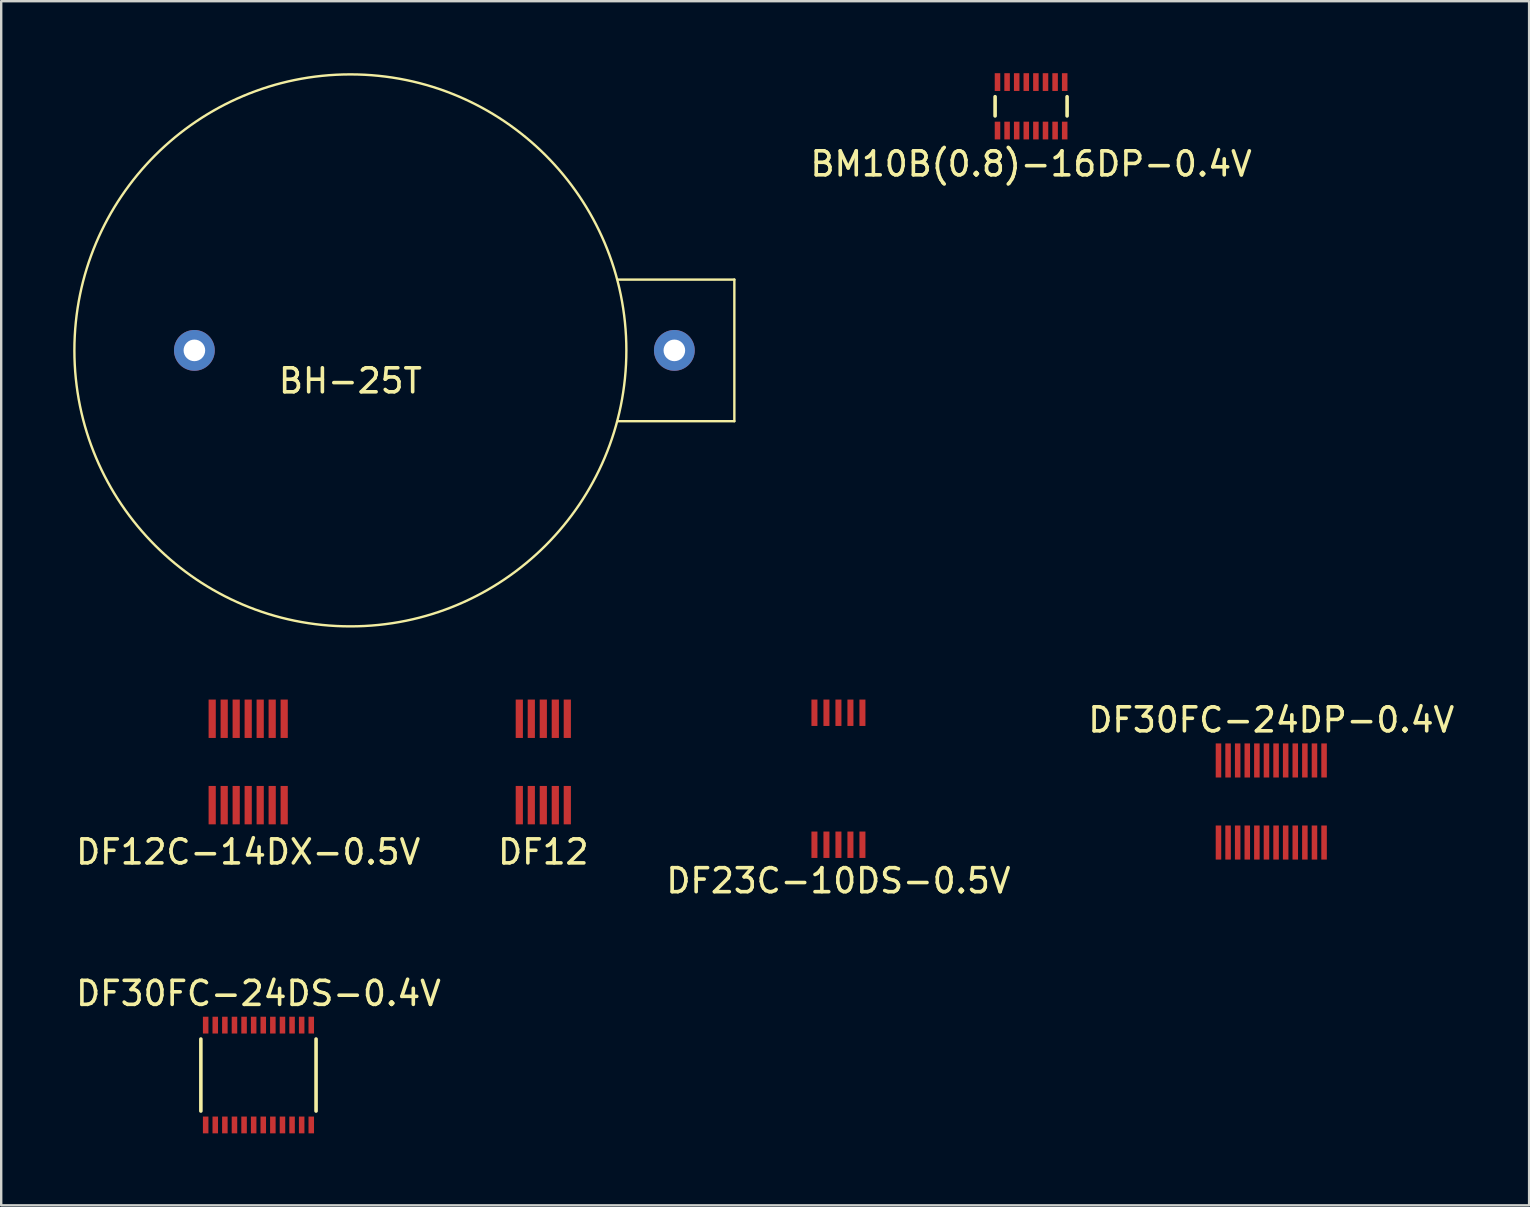
<source format=kicad_pcb>
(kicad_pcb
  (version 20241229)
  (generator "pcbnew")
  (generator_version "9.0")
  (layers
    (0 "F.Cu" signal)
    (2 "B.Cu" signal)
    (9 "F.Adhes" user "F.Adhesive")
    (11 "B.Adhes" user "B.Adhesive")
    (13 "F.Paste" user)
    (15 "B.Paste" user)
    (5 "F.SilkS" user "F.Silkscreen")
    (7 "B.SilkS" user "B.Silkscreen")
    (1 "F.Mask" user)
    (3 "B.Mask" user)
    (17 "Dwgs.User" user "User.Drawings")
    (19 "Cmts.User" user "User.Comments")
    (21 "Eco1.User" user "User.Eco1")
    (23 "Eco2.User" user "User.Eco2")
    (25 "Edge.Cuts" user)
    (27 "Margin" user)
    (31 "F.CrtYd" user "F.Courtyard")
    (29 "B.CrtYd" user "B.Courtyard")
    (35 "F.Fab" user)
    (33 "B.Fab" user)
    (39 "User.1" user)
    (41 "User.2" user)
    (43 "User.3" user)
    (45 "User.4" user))
  (footprint "DF12"
    (layer "F.Cu")
    (at 19.589 28.7)
    (property "Reference" "DF12" (at 0 3.75 0) (layer "F.SilkS") (effects (font (size 1 1) (thickness 0.15))))
    (attr through_hole)
    (pad "1" smd rect (at -1 1.8) (size 0.3 1.6) (layers "F.Cu" "F.Mask" "F.Paste"))
    (pad "2" smd rect (at -0.5 1.8) (size 0.3 1.6) (layers "F.Cu" "F.Mask" "F.Paste"))
    (pad "3" smd rect (at 0 1.8) (size 0.3 1.6) (layers "F.Cu" "F.Mask" "F.Paste"))
    (pad "4" smd rect (at 0.5 1.8) (size 0.3 1.6) (layers "F.Cu" "F.Mask" "F.Paste"))
    (pad "5" smd rect (at 1 1.8) (size 0.3 1.6) (layers "F.Cu" "F.Mask" "F.Paste"))
    (pad "6" smd rect (at 1 -1.8) (size 0.3 1.6) (layers "F.Cu" "F.Mask" "F.Paste"))
    (pad "7" smd rect (at 0.5 -1.8) (size 0.3 1.6) (layers "F.Cu" "F.Mask" "F.Paste"))
    (pad "8" smd rect (at 0 -1.8) (size 0.3 1.6) (layers "F.Cu" "F.Mask" "F.Paste"))
    (pad "9" smd rect (at -0.5 -1.8) (size 0.3 1.6) (layers "F.Cu" "F.Mask" "F.Paste"))
    (pad "10" smd rect (at -1 -1.8) (size 0.3 1.6) (layers "F.Cu" "F.Mask" "F.Paste")))
  (footprint "DF12C-14DX-0.5V"
    (layer "F.Cu")
    (at 7.292 28.7)
    (property "Reference" "DF12C-14DX-0.5V" (at 0 3.75 0) (layer "F.SilkS") (effects (font (size 1 1) (thickness 0.15))))
    (attr through_hole)
    (pad "1" smd rect (at -1.5 1.8) (size 0.3 1.6) (layers "F.Cu" "F.Mask" "F.Paste"))
    (pad "2" smd rect (at -1 1.8) (size 0.3 1.6) (layers "F.Cu" "F.Mask" "F.Paste"))
    (pad "3" smd rect (at -0.5 1.8) (size 0.3 1.6) (layers "F.Cu" "F.Mask" "F.Paste"))
    (pad "4" smd rect (at 0 1.8) (size 0.3 1.6) (layers "F.Cu" "F.Mask" "F.Paste"))
    (pad "5" smd rect (at 0.5 1.8) (size 0.3 1.6) (layers "F.Cu" "F.Mask" "F.Paste"))
    (pad "6" smd rect (at 1 1.8) (size 0.3 1.6) (layers "F.Cu" "F.Mask" "F.Paste"))
    (pad "7" smd rect (at 1.5 1.8) (size 0.3 1.6) (layers "F.Cu" "F.Mask" "F.Paste"))
    (pad "8" smd rect (at 1.5 -1.8) (size 0.3 1.6) (layers "F.Cu" "F.Mask" "F.Paste"))
    (pad "9" smd rect (at 1 -1.8) (size 0.3 1.6) (layers "F.Cu" "F.Mask" "F.Paste"))
    (pad "10" smd rect (at 0.5 -1.8) (size 0.3 1.6) (layers "F.Cu" "F.Mask" "F.Paste"))
    (pad "11" smd rect (at 0 -1.8) (size 0.3 1.6) (layers "F.Cu" "F.Mask" "F.Paste"))
    (pad "12" smd rect (at -0.5 -1.8) (size 0.3 1.6) (layers "F.Cu" "F.Mask" "F.Paste"))
    (pad "13" smd rect (at -1 -1.8) (size 0.3 1.6) (layers "F.Cu" "F.Mask" "F.Paste"))
    (pad "14" smd rect (at -1.5 -1.8) (size 0.3 1.6) (layers "F.Cu" "F.Mask" "F.Paste")))
  (footprint "BM10B(0.8)-16DP-0.4V"
    (layer "F.Cu")
    (at 39.915 1.38)
    (property "Reference" "BM10B(0.8)-16DP-0.4V" (at 0 2.4 0) (layer "F.SilkS") (effects (font (size 1 1) (thickness 0.15))))
    (attr through_hole)
    (fp_line (start -1.5 -0.4) (end -1.5 0.4) (stroke (width 0.15) (type solid)) (layer "F.SilkS"))
    (fp_line (start 1.5 -0.4) (end 1.5 0.4) (stroke (width 0.15) (type solid)) (layer "F.SilkS"))
    (pad "1" smd rect (at -1.4 1.01) (size 0.23 0.74) (layers "F.Cu" "F.Mask" "F.Paste"))
    (pad "2" smd rect (at -1.4 -1.01) (size 0.23 0.74) (layers "F.Cu" "F.Mask" "F.Paste"))
    (pad "3" smd rect (at -1 1.01) (size 0.23 0.74) (layers "F.Cu" "F.Mask" "F.Paste"))
    (pad "4" smd rect (at -1 -1.01) (size 0.23 0.74) (layers "F.Cu" "F.Mask" "F.Paste"))
    (pad "5" smd rect (at -0.6 1.01) (size 0.23 0.74) (layers "F.Cu" "F.Mask" "F.Paste"))
    (pad "6" smd rect (at -0.6 -1.01) (size 0.23 0.74) (layers "F.Cu" "F.Mask" "F.Paste"))
    (pad "7" smd rect (at -0.2 1.01) (size 0.23 0.74) (layers "F.Cu" "F.Mask" "F.Paste"))
    (pad "8" smd rect (at -0.2 -1.01) (size 0.23 0.74) (layers "F.Cu" "F.Mask" "F.Paste"))
    (pad "9" smd rect (at 0.2 1.01) (size 0.23 0.74) (layers "F.Cu" "F.Mask" "F.Paste"))
    (pad "10" smd rect (at 0.2 -1.01) (size 0.23 0.74) (layers "F.Cu" "F.Mask" "F.Paste"))
    (pad "11" smd rect (at 0.6 1.01) (size 0.23 0.74) (layers "F.Cu" "F.Mask" "F.Paste"))
    (pad "12" smd rect (at 0.6 -1.01) (size 0.23 0.74) (layers "F.Cu" "F.Mask" "F.Paste"))
    (pad "13" smd rect (at 1 1.01) (size 0.23 0.74) (layers "F.Cu" "F.Mask" "F.Paste"))
    (pad "14" smd rect (at 1 -1.01) (size 0.23 0.74) (layers "F.Cu" "F.Mask" "F.Paste"))
    (pad "15" smd rect (at 1.4 1.01) (size 0.23 0.74) (layers "F.Cu" "F.Mask" "F.Paste"))
    (pad "16" smd rect (at 1.4 -1.01) (size 0.23 0.74) (layers "F.Cu" "F.Mask" "F.Paste")))
  (footprint "DF30FC-24DP-0.4V"
    (layer "F.Cu")
    (at 49.923 30.348)
    (property "Reference" "DF30FC-24DP-0.4V" (at 0 -3.4 0) (layer "F.SilkS") (effects (font (size 1 1) (thickness 0.15))))
    (attr through_hole)
    (pad "1" smd rect (at -2.2 1.71) (size 0.23 1.42) (layers "F.Cu" "F.Mask" "F.Paste"))
    (pad "2" smd rect (at -1.8 1.71) (size 0.23 1.42) (layers "F.Cu" "F.Mask" "F.Paste"))
    (pad "3" smd rect (at -1.4 1.71) (size 0.23 1.42) (layers "F.Cu" "F.Mask" "F.Paste"))
    (pad "4" smd rect (at -1 1.71) (size 0.23 1.42) (layers "F.Cu" "F.Mask" "F.Paste"))
    (pad "5" smd rect (at -0.6 1.71) (size 0.23 1.42) (layers "F.Cu" "F.Mask" "F.Paste"))
    (pad "6" smd rect (at -0.2 1.71) (size 0.23 1.42) (layers "F.Cu" "F.Mask" "F.Paste"))
    (pad "7" smd rect (at 0.2 1.71) (size 0.23 1.42) (layers "F.Cu" "F.Mask" "F.Paste"))
    (pad "8" smd rect (at 0.6 1.71) (size 0.23 1.42) (layers "F.Cu" "F.Mask" "F.Paste"))
    (pad "9" smd rect (at 1 1.71) (size 0.23 1.42) (layers "F.Cu" "F.Mask" "F.Paste"))
    (pad "10" smd rect (at 1.4 1.71) (size 0.23 1.42) (layers "F.Cu" "F.Mask" "F.Paste"))
    (pad "11" smd rect (at 1.8 1.71) (size 0.23 1.42) (layers "F.Cu" "F.Mask" "F.Paste"))
    (pad "12" smd rect (at 2.2 1.71) (size 0.23 1.42) (layers "F.Cu" "F.Mask" "F.Paste"))
    (pad "13" smd rect (at 2.2 -1.71) (size 0.23 1.42) (layers "F.Cu" "F.Mask" "F.Paste"))
    (pad "14" smd rect (at 1.8 -1.71) (size 0.23 1.42) (layers "F.Cu" "F.Mask" "F.Paste"))
    (pad "15" smd rect (at 1.4 -1.71) (size 0.23 1.42) (layers "F.Cu" "F.Mask" "F.Paste"))
    (pad "16" smd rect (at 1 -1.71) (size 0.23 1.42) (layers "F.Cu" "F.Mask" "F.Paste"))
    (pad "17" smd rect (at 0.6 -1.71) (size 0.23 1.42) (layers "F.Cu" "F.Mask" "F.Paste"))
    (pad "18" smd rect (at 0.2 -1.71) (size 0.23 1.42) (layers "F.Cu" "F.Mask" "F.Paste"))
    (pad "19" smd rect (at -0.2 -1.71) (size 0.23 1.42) (layers "F.Cu" "F.Mask" "F.Paste"))
    (pad "20" smd rect (at -0.6 -1.71) (size 0.23 1.42) (layers "F.Cu" "F.Mask" "F.Paste"))
    (pad "21" smd rect (at -1 -1.71) (size 0.23 1.42) (layers "F.Cu" "F.Mask" "F.Paste"))
    (pad "22" smd rect (at -1.4 -1.71) (size 0.23 1.42) (layers "F.Cu" "F.Mask" "F.Paste"))
    (pad "23" smd rect (at -1.8 -1.71) (size 0.23 1.42) (layers "F.Cu" "F.Mask" "F.Paste"))
    (pad "24" smd rect (at -2.2 -1.71) (size 0.23 1.42) (layers "F.Cu" "F.Mask" "F.Paste")))
  (footprint "BH-25T"
    (layer "F.Cu")
    (at 11.55 11.55)
    (property "Reference" "BH-25T" (at 0 1.27 0) (layer "F.SilkS") (effects (font (size 1 1) (thickness 0.15))))
    (attr through_hole)
    (fp_line (start 11.15 -2.95) (end 16 -2.95) (stroke (width 0.1) (type solid)) (layer "F.SilkS"))
    (fp_line (start 16 -2.95) (end 16 2.95) (stroke (width 0.1) (type solid)) (layer "F.SilkS"))
    (fp_line (start 16 2.95) (end 11.15 2.95) (stroke (width 0.1) (type solid)) (layer "F.SilkS"))
    (fp_circle (center 0 0) (end 11.5 0) (stroke (width 0.1) (type solid)) (fill no) (layer "F.SilkS"))
    (pad "1" thru_hole circle (at 13.5 0) (size 1.7 1.7) (drill 0.9) (layers "*.Cu" "*.Mask"))
    (pad "2" thru_hole circle (at -6.5 0) (size 1.7 1.7) (drill 0.9) (layers "*.Cu" "*.Mask")))
  (footprint "DF23C-10DS-0.5V"
    (layer "F.Cu")
    (at 31.887 29.4)
    (property "Reference" "DF23C-10DS-0.5V" (at 0 4.25 0) (layer "F.SilkS") (effects (font (size 1 1) (thickness 0.15))))
    (attr through_hole)
    (pad "1" smd rect (at -1 2.75) (size 0.25 1.1) (layers "F.Cu" "F.Mask" "F.Paste"))
    (pad "2" smd rect (at -0.5 2.75) (size 0.25 1.1) (layers "F.Cu" "F.Mask" "F.Paste"))
    (pad "3" smd rect (at 0 2.75) (size 0.25 1.1) (layers "F.Cu" "F.Mask" "F.Paste"))
    (pad "4" smd rect (at 0.5 2.75) (size 0.25 1.1) (layers "F.Cu" "F.Mask" "F.Paste"))
    (pad "5" smd rect (at 1 2.75) (size 0.25 1.1) (layers "F.Cu" "F.Mask" "F.Paste"))
    (pad "6" smd rect (at 1 -2.75) (size 0.25 1.1) (layers "F.Cu" "F.Mask" "F.Paste"))
    (pad "7" smd rect (at 0.5 -2.75) (size 0.25 1.1) (layers "F.Cu" "F.Mask" "F.Paste"))
    (pad "8" smd rect (at 0 -2.75) (size 0.25 1.1) (layers "F.Cu" "F.Mask" "F.Paste"))
    (pad "9" smd rect (at -0.5 -2.75) (size 0.25 1.1) (layers "F.Cu" "F.Mask" "F.Paste"))
    (pad "10" smd rect (at -1 -2.75) (size 0.25 1.1) (layers "F.Cu" "F.Mask" "F.Paste")))
  (footprint "DF30FC-24DS-0.4V"
    (layer "F.Cu")
    (at 7.72 41.746)
    (property "Reference" "DF30FC-24DS-0.4V" (at 0 -3.4 0) (layer "F.SilkS") (effects (font (size 1 1) (thickness 0.15))))
    (attr through_hole)
    (fp_line (start -2.4 -1.5) (end -2.4 1.5) (stroke (width 0.15) (type solid)) (layer "F.SilkS"))
    (fp_line (start 2.4 -1.5) (end 2.4 1.5) (stroke (width 0.15) (type solid)) (layer "F.SilkS"))
    (pad "1" smd rect (at -2.2 2.08) (size 0.23 0.7) (layers "F.Cu" "F.Mask" "F.Paste"))
    (pad "2" smd rect (at -2.2 -2.08) (size 0.23 0.7) (layers "F.Cu" "F.Mask" "F.Paste"))
    (pad "3" smd rect (at -1.8 2.08) (size 0.23 0.7) (layers "F.Cu" "F.Mask" "F.Paste"))
    (pad "4" smd rect (at -1.8 -2.08) (size 0.23 0.7) (layers "F.Cu" "F.Mask" "F.Paste"))
    (pad "5" smd rect (at -1.4 2.08) (size 0.23 0.7) (layers "F.Cu" "F.Mask" "F.Paste"))
    (pad "6" smd rect (at -1.4 -2.08) (size 0.23 0.7) (layers "F.Cu" "F.Mask" "F.Paste"))
    (pad "7" smd rect (at -1 2.08) (size 0.23 0.7) (layers "F.Cu" "F.Mask" "F.Paste"))
    (pad "8" smd rect (at -1 -2.08) (size 0.23 0.7) (layers "F.Cu" "F.Mask" "F.Paste"))
    (pad "9" smd rect (at -0.6 2.08) (size 0.23 0.7) (layers "F.Cu" "F.Mask" "F.Paste"))
    (pad "10" smd rect (at -0.6 -2.08) (size 0.23 0.7) (layers "F.Cu" "F.Mask" "F.Paste"))
    (pad "11" smd rect (at -0.2 2.08) (size 0.23 0.7) (layers "F.Cu" "F.Mask" "F.Paste"))
    (pad "12" smd rect (at -0.2 -2.08) (size 0.23 0.7) (layers "F.Cu" "F.Mask" "F.Paste"))
    (pad "13" smd rect (at 0.2 2.08) (size 0.23 0.7) (layers "F.Cu" "F.Mask" "F.Paste"))
    (pad "14" smd rect (at 0.2 -2.08) (size 0.23 0.7) (layers "F.Cu" "F.Mask" "F.Paste"))
    (pad "15" smd rect (at 0.6 2.08) (size 0.23 0.7) (layers "F.Cu" "F.Mask" "F.Paste"))
    (pad "16" smd rect (at 0.6 -2.08) (size 0.23 0.7) (layers "F.Cu" "F.Mask" "F.Paste"))
    (pad "17" smd rect (at 1 2.08) (size 0.23 0.7) (layers "F.Cu" "F.Mask" "F.Paste"))
    (pad "18" smd rect (at 1 -2.08) (size 0.23 0.7) (layers "F.Cu" "F.Mask" "F.Paste"))
    (pad "19" smd rect (at 1.4 2.08) (size 0.23 0.7) (layers "F.Cu" "F.Mask" "F.Paste"))
    (pad "20" smd rect (at 1.4 -2.08) (size 0.23 0.7) (layers "F.Cu" "F.Mask" "F.Paste"))
    (pad "21" smd rect (at 1.8 2.08) (size 0.23 0.7) (layers "F.Cu" "F.Mask" "F.Paste"))
    (pad "22" smd rect (at 1.8 -2.08) (size 0.23 0.7) (layers "F.Cu" "F.Mask" "F.Paste"))
    (pad "23" smd rect (at 2.2 2.08) (size 0.23 0.7) (layers "F.Cu" "F.Mask" "F.Paste"))
    (pad "24" smd rect (at 2.2 -2.08) (size 0.23 0.7) (layers "F.Cu" "F.Mask" "F.Paste")))
  (gr_rect
    (start -3 -3)
    (end 60.667 47.176)
    (stroke (width 0.1) (type default))
    (fill no)
    (layer "Edge.Cuts")))
</source>
